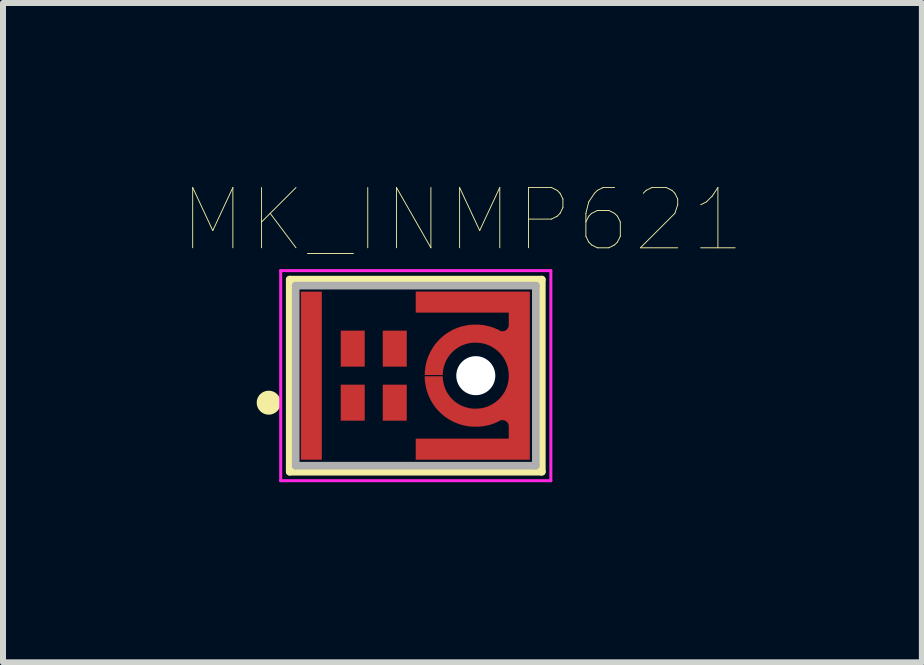
<source format=kicad_pcb>
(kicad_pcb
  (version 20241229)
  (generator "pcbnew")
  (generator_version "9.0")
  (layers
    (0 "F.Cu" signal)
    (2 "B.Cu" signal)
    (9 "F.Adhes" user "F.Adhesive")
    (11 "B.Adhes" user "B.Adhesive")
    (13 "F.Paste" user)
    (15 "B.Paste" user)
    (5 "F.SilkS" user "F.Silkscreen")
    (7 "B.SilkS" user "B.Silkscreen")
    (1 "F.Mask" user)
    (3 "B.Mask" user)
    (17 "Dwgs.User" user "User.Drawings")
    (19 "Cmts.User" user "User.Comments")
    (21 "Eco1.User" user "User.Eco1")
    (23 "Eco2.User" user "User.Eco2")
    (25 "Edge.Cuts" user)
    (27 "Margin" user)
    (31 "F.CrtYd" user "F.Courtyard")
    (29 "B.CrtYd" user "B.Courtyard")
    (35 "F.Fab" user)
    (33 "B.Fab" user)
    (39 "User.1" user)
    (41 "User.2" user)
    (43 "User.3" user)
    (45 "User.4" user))
  (footprint "MK_INMP621"
    (layer "F.Cu")
    (at 3.876 3.208)
    (property "Reference" "MK_INMP621" (at 0.778 -2.594 0) (layer "F.SilkS") (effects (font (size 1.004 1.004) (thickness 0.015))))
    (attr through_hole)
    (fp_poly (pts (xy 0 -1.05) (xy 0 1.05) (xy 0 1.4)) (stroke (width 0.0001) (type solid)) (fill yes) (layer "F.Cu"))
    (fp_poly (pts (xy 0.15 -0.01) (xy 0.15 -0.032) (xy 0.152 -0.076) (xy 0.157 -0.12) (xy 0.164 -0.163) (xy 0.173 -0.206) (xy 0.184 -0.249) (xy 0.198 -0.29) (xy 0.214 -0.332) (xy 0.232 -0.372) (xy 0.252 -0.411) (xy 0.274 -0.449) (xy 0.297 -0.486) (xy 0.323 -0.522) (xy 0.351 -0.556) (xy 0.38 -0.588) (xy 0.412 -0.62) (xy 0.444 -0.649) (xy 0.478 -0.677) (xy 0.514 -0.703) (xy 0.551 -0.726) (xy 0.589 -0.748) (xy 0.628 -0.768) (xy 0.668 -0.786) (xy 0.71 -0.802) (xy 0.751 -0.816) (xy 0.794 -0.827) (xy 0.837 -0.836) (xy 0.88 -0.843) (xy 0.924 -0.848) (xy 0.968 -0.85) (xy 0.99 -0.85) (xy 1 -0.85) (xy 1.012 -0.85) (xy 1.027 -0.85) (xy 1.041 -0.849) (xy 1.056 -0.848) (xy 1.071 -0.847) (xy 1.085 -0.846) (xy 1.1 -0.845) (xy 1.114 -0.843) (xy 1.129 -0.841) (xy 1.143 -0.839) (xy 1.158 -0.836) (xy 1.172 -0.833) (xy 1.186 -0.83) (xy 1.201 -0.827) (xy 1.215 -0.823) (xy 1.229 -0.82) (xy 1.243 -0.816) (xy 1.257 -0.811) (xy 1.271 -0.807) (xy 1.285 -0.802) (xy 1.298 -0.797) (xy 1.312 -0.792) (xy 1.326 -0.786) (xy 1.339 -0.78) (xy 1.353 -0.775) (xy 1.366 -0.768) (xy 1.379 -0.762) (xy 1.392 -0.755) (xy 1.405 -0.748) (xy 1.418 -0.741) (xy 1.42 -0.74) (xy 1.45 -0.74) (xy 1.453 -0.74) (xy 1.459 -0.741) (xy 1.464 -0.742) (xy 1.47 -0.743) (xy 1.475 -0.744) (xy 1.48 -0.746) (xy 1.485 -0.748) (xy 1.49 -0.75) (xy 1.495 -0.753) (xy 1.5 -0.755) (xy 1.505 -0.758) (xy 1.509 -0.762) (xy 1.513 -0.765) (xy 1.517 -0.769) (xy 1.521 -0.773) (xy 1.525 -0.777) (xy 1.528 -0.781) (xy 1.532 -0.785) (xy 1.535 -0.79) (xy 1.537 -0.795) (xy 1.54 -0.8) (xy 1.542 -0.805) (xy 1.544 -0.81) (xy 1.546 -0.815) (xy 1.547 -0.82) (xy 1.548 -0.826) (xy 1.549 -0.831) (xy 1.55 -0.837) (xy 1.55 -0.842) (xy 1.55 -0.848) (xy 1.55 -0.85) (xy 1.55 -1.05) (xy 0 -1.05) (xy 0 -1.1) (xy 0 -1.2) (xy 0 -1.4) (xy 1.9 -1.4) (xy 1.9 1.4) (xy 0 1.4) (xy 0 1.2) (xy 0 1.05) (xy 1.55 1.05) (xy 1.55 0.85) (xy 1.55 0.848) (xy 1.55 0.842) (xy 1.55 0.837) (xy 1.549 0.831) (xy 1.548 0.826) (xy 1.547 0.82) (xy 1.546 0.815) (xy 1.544 0.81) (xy 1.542 0.805) (xy 1.54 0.8) (xy 1.537 0.795) (xy 1.535 0.79) (xy 1.532 0.785) (xy 1.528 0.781) (xy 1.525 0.777) (xy 1.521 0.773) (xy 1.517 0.769) (xy 1.513 0.765) (xy 1.509 0.762) (xy 1.505 0.758) (xy 1.5 0.755) (xy 1.495 0.753) (xy 1.49 0.75) (xy 1.485 0.748) (xy 1.48 0.746) (xy 1.475 0.744) (xy 1.47 0.743) (xy 1.464 0.742) (xy 1.459 0.741) (xy 1.453 0.74) (xy 1.45 0.74) (xy 1.42 0.74) (xy 1.418 0.741) (xy 1.405 0.748) (xy 1.392 0.755) (xy 1.379 0.762) (xy 1.366 0.768) (xy 1.353 0.775) (xy 1.339 0.78) (xy 1.326 0.786) (xy 1.312 0.792) (xy 1.298 0.797) (xy 1.285 0.802) (xy 1.271 0.807) (xy 1.257 0.811) (xy 1.243 0.816) (xy 1.229 0.82) (xy 1.215 0.823) (xy 1.201 0.827) (xy 1.186 0.83) (xy 1.172 0.833) (xy 1.158 0.836) (xy 1.143 0.839) (xy 1.129 0.841) (xy 1.114 0.843) (xy 1.1 0.845) (xy 1.085 0.846) (xy 1.071 0.847) (xy 1.056 0.848) (xy 1.041 0.849) (xy 1.027 0.85) (xy 1.012 0.85) (xy 1 0.85) (xy 0.99 0.85) (xy 0.968 0.85) (xy 0.924 0.848) (xy 0.88 0.843) (xy 0.837 0.836) (xy 0.794 0.827) (xy 0.751 0.816) (xy 0.71 0.802) (xy 0.668 0.786) (xy 0.628 0.768) (xy 0.589 0.748) (xy 0.551 0.726) (xy 0.514 0.703) (xy 0.478 0.677) (xy 0.444 0.649) (xy 0.412 0.62) (xy 0.38 0.588) (xy 0.351 0.556) (xy 0.323 0.522) (xy 0.297 0.486) (xy 0.274 0.449) (xy 0.252 0.411) (xy 0.232 0.372) (xy 0.214 0.332) (xy 0.198 0.29) (xy 0.184 0.249) (xy 0.173 0.206) (xy 0.164 0.163) (xy 0.157 0.12) (xy 0.152 0.076) (xy 0.15 0.032) (xy 0.15 0.01) (xy 0.45 0.01) (xy 0.45 0.024) (xy 0.451 0.052) (xy 0.454 0.081) (xy 0.459 0.108) (xy 0.465 0.136) (xy 0.472 0.163) (xy 0.481 0.19) (xy 0.491 0.217) (xy 0.502 0.243) (xy 0.515 0.268) (xy 0.529 0.292) (xy 0.545 0.316) (xy 0.561 0.339) (xy 0.579 0.361) (xy 0.598 0.382) (xy 0.618 0.402) (xy 0.639 0.421) (xy 0.661 0.439) (xy 0.684 0.455) (xy 0.708 0.471) (xy 0.732 0.485) (xy 0.757 0.498) (xy 0.783 0.509) (xy 0.81 0.519) (xy 0.837 0.528) (xy 0.864 0.535) (xy 0.892 0.541) (xy 0.919 0.546) (xy 0.948 0.549) (xy 0.976 0.55) (xy 0.99 0.55) (xy 1 0.55) (xy 1.014 0.55) (xy 1.043 0.548) (xy 1.072 0.545) (xy 1.1 0.541) (xy 1.128 0.535) (xy 1.156 0.528) (xy 1.184 0.519) (xy 1.211 0.508) (xy 1.237 0.497) (xy 1.263 0.484) (xy 1.287 0.469) (xy 1.312 0.453) (xy 1.335 0.436) (xy 1.357 0.418) (xy 1.379 0.399) (xy 1.399 0.379) (xy 1.418 0.357) (xy 1.436 0.335) (xy 1.453 0.312) (xy 1.469 0.287) (xy 1.484 0.263) (xy 1.497 0.237) (xy 1.508 0.211) (xy 1.519 0.184) (xy 1.528 0.156) (xy 1.535 0.128) (xy 1.541 0.1) (xy 1.545 0.072) (xy 1.548 0.043) (xy 1.55 0.014) (xy 1.55 0) (xy 1.55 -0.014) (xy 1.548 -0.043) (xy 1.545 -0.072) (xy 1.541 -0.1) (xy 1.535 -0.128) (xy 1.528 -0.156) (xy 1.519 -0.184) (xy 1.508 -0.211) (xy 1.497 -0.237) (xy 1.484 -0.263) (xy 1.469 -0.287) (xy 1.453 -0.312) (xy 1.436 -0.335) (xy 1.418 -0.357) (xy 1.399 -0.379) (xy 1.379 -0.399) (xy 1.357 -0.418) (xy 1.335 -0.436) (xy 1.312 -0.453) (xy 1.287 -0.469) (xy 1.263 -0.484) (xy 1.237 -0.497) (xy 1.211 -0.508) (xy 1.184 -0.519) (xy 1.156 -0.528) (xy 1.128 -0.535) (xy 1.1 -0.541) (xy 1.072 -0.545) (xy 1.043 -0.548) (xy 1.014 -0.55) (xy 1 -0.55) (xy 0.99 -0.55) (xy 0.976 -0.55) (xy 0.948 -0.549) (xy 0.919 -0.546) (xy 0.892 -0.541) (xy 0.864 -0.535) (xy 0.837 -0.528) (xy 0.81 -0.519) (xy 0.783 -0.509) (xy 0.757 -0.498) (xy 0.732 -0.485) (xy 0.708 -0.471) (xy 0.684 -0.455) (xy 0.661 -0.439) (xy 0.639 -0.421) (xy 0.618 -0.402) (xy 0.598 -0.382) (xy 0.579 -0.361) (xy 0.561 -0.339) (xy 0.545 -0.316) (xy 0.529 -0.292) (xy 0.515 -0.268) (xy 0.502 -0.243) (xy 0.491 -0.217) (xy 0.481 -0.19) (xy 0.472 -0.163) (xy 0.465 -0.136) (xy 0.459 -0.108) (xy 0.454 -0.081) (xy 0.451 -0.052) (xy 0.45 -0.024) (xy 0.45 -0.01) (xy 0.15 -0.01)) (stroke (width 0.001) (type solid)) (fill yes) (layer "F.Cu"))
    (fp_poly (pts (xy -2.007 -1.5) (xy -1.45 -1.5) (xy -1.45 1.505) (xy -2.007 1.505)) (stroke (width 0.01) (type solid)) (fill yes) (layer "F.Mask"))
    (fp_poly (pts (xy 0 -1.5) (xy 2 -1.5) (xy 2 -0.954) (xy 0 -0.954)) (stroke (width 0.01) (type solid)) (fill yes) (layer "F.Mask"))
    (fp_poly (pts (xy 0 0.95) (xy 2 0.95) (xy 2 1.506) (xy 0 1.506)) (stroke (width 0.01) (type solid)) (fill yes) (layer "F.Mask"))
    (fp_poly (pts (xy 0.1 -0.95) (xy 2 -0.95) (xy 2 0.954) (xy 0.1 0.954)) (stroke (width 0.01) (type solid)) (fill yes) (layer "F.Mask"))
    (fp_line (start -2.1 -1.6) (end 2.1 -1.6) (stroke (width 0.127) (type solid)) (layer "F.SilkS"))
    (fp_line (start -2.1 1.6) (end -2.1 -1.6) (stroke (width 0.127) (type solid)) (layer "F.SilkS"))
    (fp_line (start 2.1 -1.6) (end 2.1 1.6) (stroke (width 0.127) (type solid)) (layer "F.SilkS"))
    (fp_line (start 2.1 1.6) (end -2.1 1.6) (stroke (width 0.127) (type solid)) (layer "F.SilkS"))
    (fp_circle (center -2.45 0.45) (end -2.35 0.45) (stroke (width 0.2) (type solid)) (fill no) (layer "F.SilkS"))
    (fp_poly (pts (xy -1.856 -0.749) (xy -1.601 -0.749) (xy -1.601 0.752) (xy -1.856 0.752)) (stroke (width 0.01) (type solid)) (fill yes) (layer "F.Paste"))
    (fp_poly (pts (xy -1.854 -1.349) (xy -1.6 -1.349) (xy -1.6 -1.104) (xy -1.854 -1.104)) (stroke (width 0.01) (type solid)) (fill yes) (layer "F.Paste"))
    (fp_poly (pts (xy -1.853 1.101) (xy -1.6 1.101) (xy -1.6 1.352) (xy -1.853 1.352)) (stroke (width 0.01) (type solid)) (fill yes) (layer "F.Paste"))
    (fp_poly (pts (xy -1.203 0.25) (xy -0.901 0.25) (xy -0.901 0.65) (xy -1.203 0.65)) (stroke (width 0.01) (type solid)) (fill yes) (layer "F.Paste"))
    (fp_poly (pts (xy -1.202 -0.65) (xy -0.901 -0.65) (xy -0.901 -0.253) (xy -1.202 -0.253)) (stroke (width 0.01) (type solid)) (fill yes) (layer "F.Paste"))
    (fp_poly (pts (xy -0.501 -0.65) (xy -0.201 -0.65) (xy -0.201 -0.253) (xy -0.501 -0.253)) (stroke (width 0.01) (type solid)) (fill yes) (layer "F.Paste"))
    (fp_poly (pts (xy -0.5 0.25) (xy -0.201 0.25) (xy -0.201 0.649) (xy -0.5 0.649)) (stroke (width 0.01) (type solid)) (fill yes) (layer "F.Paste"))
    (fp_poly (pts (xy 0.1 -1.349) (xy 0.649 -1.349) (xy 0.649 -1.106) (xy 0.1 -1.106)) (stroke (width 0.01) (type solid)) (fill yes) (layer "F.Paste"))
    (fp_poly (pts (xy 0.1 1.101) (xy 0.649 1.101) (xy 0.649 1.352) (xy 0.1 1.352)) (stroke (width 0.01) (type solid)) (fill yes) (layer "F.Paste"))
    (fp_poly (pts (xy 1.354 1.101) (xy 1.849 1.101) (xy 1.849 1.352) (xy 1.354 1.352)) (stroke (width 0.01) (type solid)) (fill yes) (layer "F.Paste"))
    (fp_poly (pts (xy 1.355 -1.349) (xy 1.849 -1.349) (xy 1.849 -1.104) (xy 1.355 -1.104)) (stroke (width 0.01) (type solid)) (fill yes) (layer "F.Paste"))
    (fp_poly (pts (xy 1.849 -0.749) (xy 1.849 0.749) (xy 1.474 0.749) (xy 1.345 0.472) (xy 1.357 0.463) (xy 1.386 0.439) (xy 1.413 0.414) (xy 1.438 0.387) (xy 1.462 0.358) (xy 1.484 0.327) (xy 1.504 0.296) (xy 1.521 0.263) (xy 1.537 0.229) (xy 1.55 0.194) (xy 1.561 0.158) (xy 1.57 0.122) (xy 1.577 0.085) (xy 1.581 0.048) (xy 1.582 0.011) (xy 1.582 -0.026) (xy 1.579 -0.063) (xy 1.573 -0.1) (xy 1.566 -0.137) (xy 1.556 -0.173) (xy 1.543 -0.208) (xy 1.529 -0.242) (xy 1.512 -0.276) (xy 1.493 -0.308) (xy 1.472 -0.339) (xy 1.449 -0.369) (xy 1.425 -0.397) (xy 1.398 -0.423) (xy 1.37 -0.448) (xy 1.341 -0.47) (xy 1.322 -0.483) (xy 1.323 -0.484) (xy 1.474 -0.749) (xy 1.849 -0.749)) (stroke (width 0.001) (type solid)) (fill yes) (layer "F.Paste"))
    (fp_poly (pts (xy 0.235 -0.181) (xy 0.238 -0.195) (xy 0.247 -0.228) (xy 0.258 -0.261) (xy 0.27 -0.293) (xy 0.284 -0.325) (xy 0.298 -0.356) (xy 0.315 -0.386) (xy 0.332 -0.416) (xy 0.351 -0.445) (xy 0.371 -0.473) (xy 0.392 -0.5) (xy 0.415 -0.526) (xy 0.438 -0.552) (xy 0.463 -0.576) (xy 0.488 -0.599) (xy 0.515 -0.621) (xy 0.542 -0.642) (xy 0.571 -0.661) (xy 0.6 -0.679) (xy 0.63 -0.696) (xy 0.661 -0.712) (xy 0.692 -0.726) (xy 0.724 -0.739) (xy 0.757 -0.751) (xy 0.79 -0.761) (xy 0.823 -0.77) (xy 0.857 -0.777) (xy 0.891 -0.782) (xy 0.925 -0.787) (xy 0.96 -0.789) (xy 0.98 -0.79) (xy 0.981 -0.79) (xy 0.984 -0.791) (xy 0.987 -0.791) (xy 0.99 -0.792) (xy 0.993 -0.792) (xy 0.997 -0.793) (xy 1 -0.793) (xy 1.003 -0.793) (xy 1.006 -0.793) (xy 1.009 -0.793) (xy 1.012 -0.794) (xy 1.016 -0.794) (xy 1.019 -0.794) (xy 1.022 -0.793) (xy 1.025 -0.793) (xy 1.028 -0.793) (xy 1.031 -0.793) (xy 1.035 -0.792) (xy 1.038 -0.792) (xy 1.041 -0.792) (xy 1.044 -0.791) (xy 1.047 -0.79) (xy 1.05 -0.79) (xy 1.053 -0.789) (xy 1.057 -0.788) (xy 1.06 -0.788) (xy 1.063 -0.787) (xy 1.066 -0.786) (xy 1.069 -0.785) (xy 1.072 -0.784) (xy 1.074 -0.783) (xy 1.026 -0.586) (xy 1.026 -0.586) (xy 1.025 -0.586) (xy 1.024 -0.587) (xy 1.023 -0.587) (xy 1.022 -0.587) (xy 1.021 -0.587) (xy 1.021 -0.587) (xy 1.02 -0.587) (xy 1.019 -0.588) (xy 1.018 -0.588) (xy 1.017 -0.588) (xy 1.016 -0.588) (xy 1.015 -0.588) (xy 1.014 -0.588) (xy 1.013 -0.588) (xy 1.013 -0.588) (xy 1.012 -0.588) (xy 1.011 -0.588) (xy 1.01 -0.588) (xy 1.009 -0.587) (xy 1.008 -0.587) (xy 1.007 -0.587) (xy 1.006 -0.587) (xy 1.006 -0.587) (xy 1.005 -0.587) (xy 1.004 -0.586) (xy 1.003 -0.586) (xy 1.002 -0.586) (xy 1.001 -0.586) (xy 1.001 -0.585) (xy 1 -0.585) (xy 0.983 -0.585) (xy 0.959 -0.585) (xy 0.934 -0.583) (xy 0.91 -0.58) (xy 0.885 -0.576) (xy 0.861 -0.571) (xy 0.837 -0.565) (xy 0.814 -0.558) (xy 0.791 -0.55) (xy 0.768 -0.541) (xy 0.745 -0.531) (xy 0.723 -0.52) (xy 0.702 -0.509) (xy 0.681 -0.496) (xy 0.66 -0.482) (xy 0.64 -0.467) (xy 0.621 -0.452) (xy 0.603 -0.435) (xy 0.585 -0.418) (xy 0.568 -0.401) (xy 0.552 -0.382) (xy 0.537 -0.363) (xy 0.522 -0.343) (xy 0.509 -0.322) (xy 0.496 -0.301) (xy 0.484 -0.28) (xy 0.474 -0.257) (xy 0.464 -0.235) (xy 0.455 -0.212) (xy 0.447 -0.189) (xy 0.445 -0.181) (xy 0.235 -0.181)) (stroke (width 0.0001) (type solid)) (fill yes) (layer "F.Paste"))
    (fp_poly (pts (xy 0.235 0.181) (xy 0.238 0.195) (xy 0.247 0.228) (xy 0.258 0.261) (xy 0.27 0.293) (xy 0.284 0.325) (xy 0.298 0.356) (xy 0.315 0.386) (xy 0.332 0.416) (xy 0.351 0.445) (xy 0.371 0.473) (xy 0.392 0.5) (xy 0.415 0.526) (xy 0.438 0.552) (xy 0.463 0.576) (xy 0.488 0.599) (xy 0.515 0.621) (xy 0.542 0.642) (xy 0.571 0.661) (xy 0.6 0.679) (xy 0.63 0.696) (xy 0.661 0.712) (xy 0.692 0.726) (xy 0.724 0.739) (xy 0.757 0.751) (xy 0.79 0.761) (xy 0.823 0.77) (xy 0.857 0.777) (xy 0.891 0.782) (xy 0.925 0.787) (xy 0.96 0.789) (xy 0.98 0.79) (xy 0.98 0.79) (xy 0.981 0.79) (xy 0.982 0.791) (xy 0.983 0.791) (xy 0.984 0.791) (xy 0.985 0.792) (xy 0.986 0.792) (xy 0.987 0.792) (xy 0.988 0.792) (xy 0.989 0.792) (xy 0.99 0.793) (xy 0.991 0.793) (xy 0.992 0.793) (xy 0.993 0.793) (xy 0.994 0.793) (xy 0.995 0.793) (xy 0.996 0.793) (xy 0.997 0.793) (xy 0.998 0.793) (xy 0.999 0.793) (xy 1 0.793) (xy 1.001 0.793) (xy 1.002 0.793) (xy 1.003 0.793) (xy 1.004 0.793) (xy 1.005 0.793) (xy 1.006 0.793) (xy 1.007 0.793) (xy 1.008 0.792) (xy 1.009 0.792) (xy 1.01 0.792) (xy 1 0.586) (xy 1 0.586) (xy 1 0.586) (xy 1 0.586) (xy 1 0.586) (xy 1 0.586) (xy 1 0.586) (xy 1 0.586) (xy 1 0.586) (xy 1 0.586) (xy 1 0.586) (xy 1 0.586) (xy 1 0.586) (xy 1 0.586) (xy 1 0.586) (xy 1 0.586) (xy 1 0.585) (xy 1 0.585) (xy 1 0.585) (xy 1 0.585) (xy 1 0.585) (xy 1 0.585) (xy 1 0.585) (xy 1 0.585) (xy 1 0.585) (xy 1 0.585) (xy 1 0.585) (xy 1 0.585) (xy 1 0.585) (xy 1 0.585) (xy 1 0.585) (xy 1 0.585) (xy 0.983 0.585) (xy 0.959 0.585) (xy 0.934 0.583) (xy 0.91 0.58) (xy 0.885 0.576) (xy 0.861 0.571) (xy 0.837 0.565) (xy 0.814 0.558) (xy 0.791 0.55) (xy 0.768 0.541) (xy 0.745 0.531) (xy 0.723 0.52) (xy 0.702 0.509) (xy 0.681 0.496) (xy 0.66 0.482) (xy 0.64 0.467) (xy 0.621 0.452) (xy 0.603 0.435) (xy 0.585 0.418) (xy 0.568 0.401) (xy 0.552 0.382) (xy 0.537 0.363) (xy 0.522 0.343) (xy 0.509 0.322) (xy 0.496 0.301) (xy 0.484 0.28) (xy 0.474 0.257) (xy 0.464 0.235) (xy 0.455 0.212) (xy 0.447 0.189) (xy 0.445 0.181) (xy 0.235 0.181)) (stroke (width 0.0001) (type solid)) (fill yes) (layer "F.Paste"))
    (fp_line (start -2.25 -1.75) (end 2.25 -1.75) (stroke (width 0.05) (type solid)) (layer "F.CrtYd"))
    (fp_line (start -2.25 1.75) (end -2.25 -1.75) (stroke (width 0.05) (type solid)) (layer "F.CrtYd"))
    (fp_line (start 2.25 -1.75) (end 2.25 1.75) (stroke (width 0.05) (type solid)) (layer "F.CrtYd"))
    (fp_line (start 2.25 1.75) (end -2.25 1.75) (stroke (width 0.05) (type solid)) (layer "F.CrtYd"))
    (fp_line (start -2 -1.5) (end 2 -1.5) (stroke (width 0.127) (type solid)) (layer "F.Fab"))
    (fp_line (start -2 1.5) (end -2 -1.5) (stroke (width 0.127) (type solid)) (layer "F.Fab"))
    (fp_line (start 2 -1.5) (end 2 1.5) (stroke (width 0.127) (type solid)) (layer "F.Fab"))
    (fp_line (start 2 1.5) (end -2 1.5) (stroke (width 0.127) (type solid)) (layer "F.Fab"))
    (pad "" np_thru_hole circle (at 1 0) (size 0.65 0.65) (drill 0.65) (layers "*.Cu" "*.Mask"))
    (pad "1" smd rect (at -1.05 0.45) (size 0.4 0.6) (layers "F.Cu" "F.Mask"))
    (pad "2" smd rect (at -0.35 0.45) (size 0.4 0.6) (layers "F.Cu" "F.Mask"))
    (pad "3" smd rect (at 1.7 0) (size 0.2 0.2) (layers "F.Cu"))
    (pad "4" smd rect (at -0.35 -0.45) (size 0.4 0.6) (layers "F.Cu" "F.Mask"))
    (pad "5" smd rect (at -1.05 -0.45) (size 0.4 0.6) (layers "F.Cu" "F.Mask"))
    (pad "6" smd rect (at -1.74 0) (size 0.35 2.8) (layers "F.Cu" "F.Mask" "F.Paste")))
  (gr_rect
    (start -3 -3)
    (end 12.307 7.983)
    (stroke (width 0.1) (type default))
    (fill no)
    (layer "Edge.Cuts")))
</source>
